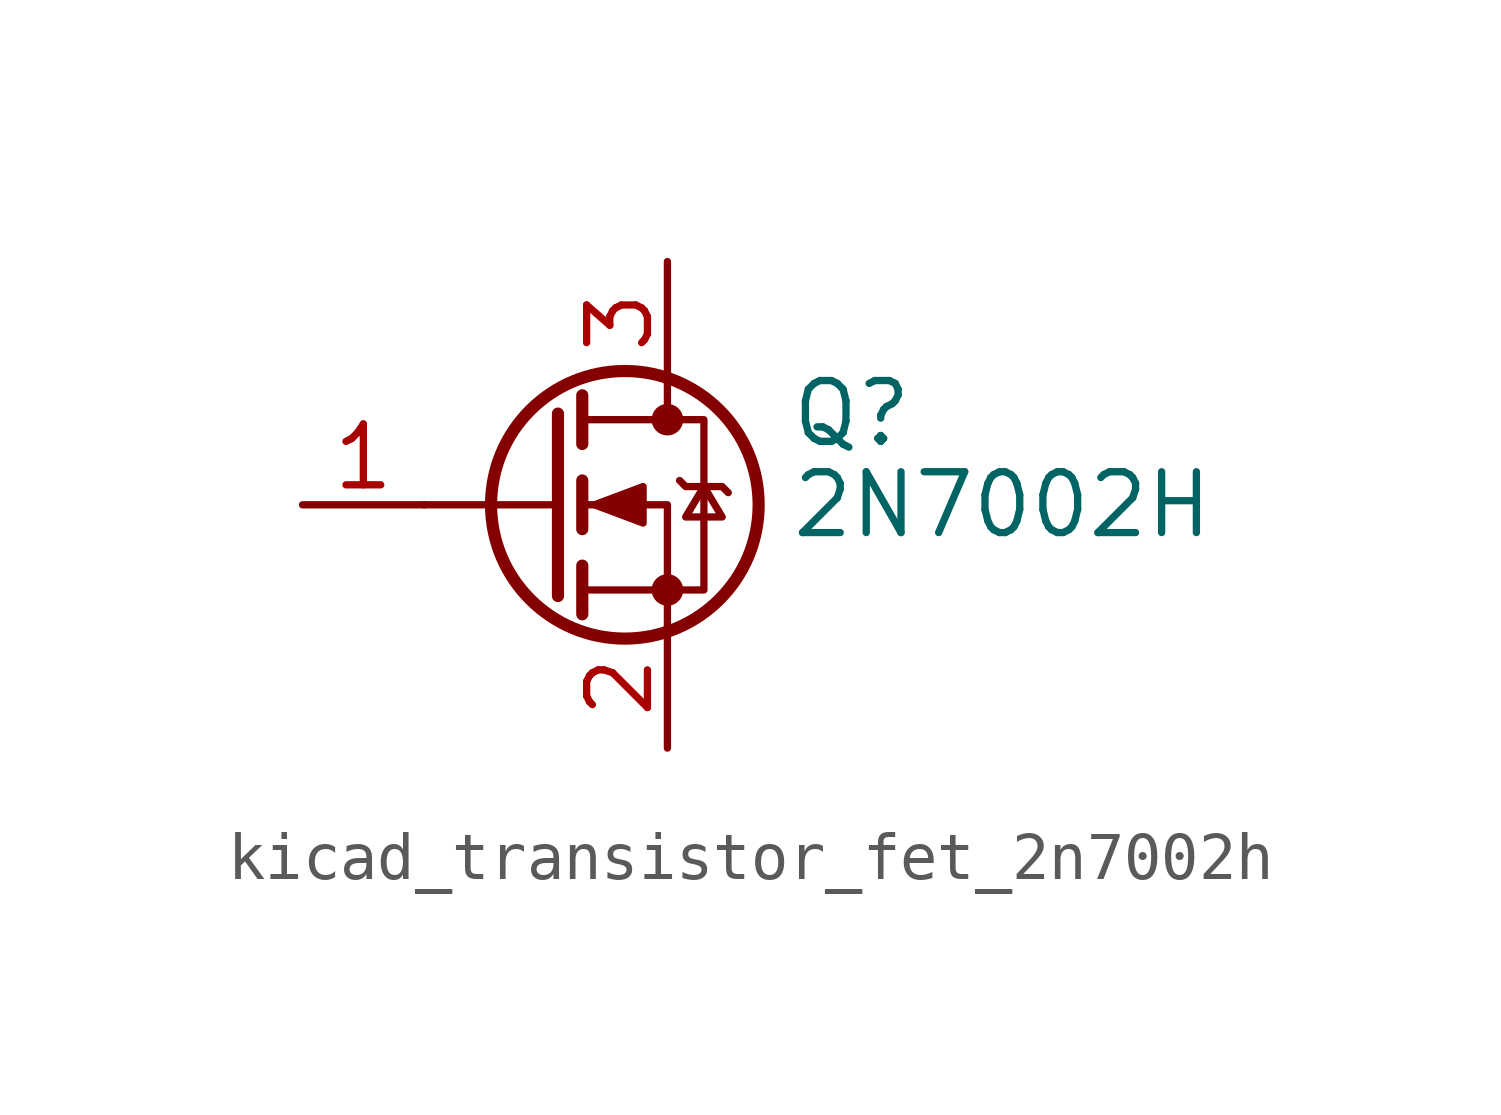
<source format=kicad_sym>
(kicad_symbol_lib
  (version 20220914)
  (generator kicad_symbol_editor)
  (symbol "kicad_transistor_fet_2n7002h"
    (pin_names hide)
    (property "Reference" "Q"
      (at 5.08 1.905 0)
      (effects (font (size 1.27 1.27)) (justify left)))
    (property "Value" "2N7002H"
      (at 5.08 0 0)
      (effects (font (size 1.27 1.27)) (justify left)))
    (symbol "kicad_transistor_fet_2n7002h_0_1"
      (polyline (pts (xy 0.254 0) (xy -2.54 0)) (stroke (width 0) (type default)) (fill (type none)))
      (polyline (pts (xy 0.254 1.905) (xy 0.254 -1.905)) (stroke (width 0.254) (type default)) (fill (type none)))
      (polyline (pts (xy 0.762 -1.27) (xy 0.762 -2.286)) (stroke (width 0.254) (type default)) (fill (type none)))
      (polyline (pts (xy 0.762 0.508) (xy 0.762 -0.508)) (stroke (width 0.254) (type default)) (fill (type none)))
      (polyline (pts (xy 0.762 2.286) (xy 0.762 1.27)) (stroke (width 0.254) (type default)) (fill (type none)))
      (polyline (pts (xy 2.54 2.54) (xy 2.54 1.778)) (stroke (width 0) (type default)) (fill (type none)))
      (polyline (pts (xy 2.54 -2.54) (xy 2.54 0) (xy 0.762 0)) (stroke (width 0) (type default)) (fill (type none)))
      (polyline (pts (xy 0.762 -1.778) (xy 3.302 -1.778) (xy 3.302 1.778) (xy 0.762 1.778)) (stroke (width 0) (type default)) (fill (type none)))
      (polyline (pts (xy 1.016 0) (xy 2.032 0.381) (xy 2.032 -0.381) (xy 1.016 0)) (stroke (width 0) (type default)) (fill (type outline)))
      (polyline (pts (xy 2.794 0.508) (xy 2.921 0.381) (xy 3.683 0.381) (xy 3.81 0.254)) (stroke (width 0) (type default)) (fill (type none)))
      (polyline (pts (xy 3.302 0.381) (xy 2.921 -0.254) (xy 3.683 -0.254) (xy 3.302 0.381)) (stroke (width 0) (type default)) (fill (type none)))
      (circle (center 1.651 0) (radius 2.794) (stroke (width 0.254) (type default)) (fill (type none)))
      (circle (center 2.54 -1.778) (radius 0.254) (stroke (width 0) (type default)) (fill (type outline)))
      (circle (center 2.54 1.778) (radius 0.254) (stroke (width 0) (type default)) (fill (type outline))))
    (symbol "kicad_transistor_fet_2n7002h_1_1"
      (pin input line (at -5.08 0 0) (length 2.54) (name "G" (effects (font (size 1.27 1.27)))) (number "1" (effects (font (size 1.27 1.27)))))
      (pin passive line (at 2.54 -5.08 90) (length 2.54) (name "S" (effects (font (size 1.27 1.27)))) (number "2" (effects (font (size 1.27 1.27)))))
      (pin passive line (at 2.54 5.08 270) (length 2.54) (name "D" (effects (font (size 1.27 1.27)))) (number "3" (effects (font (size 1.27 1.27))))))))
</source>
